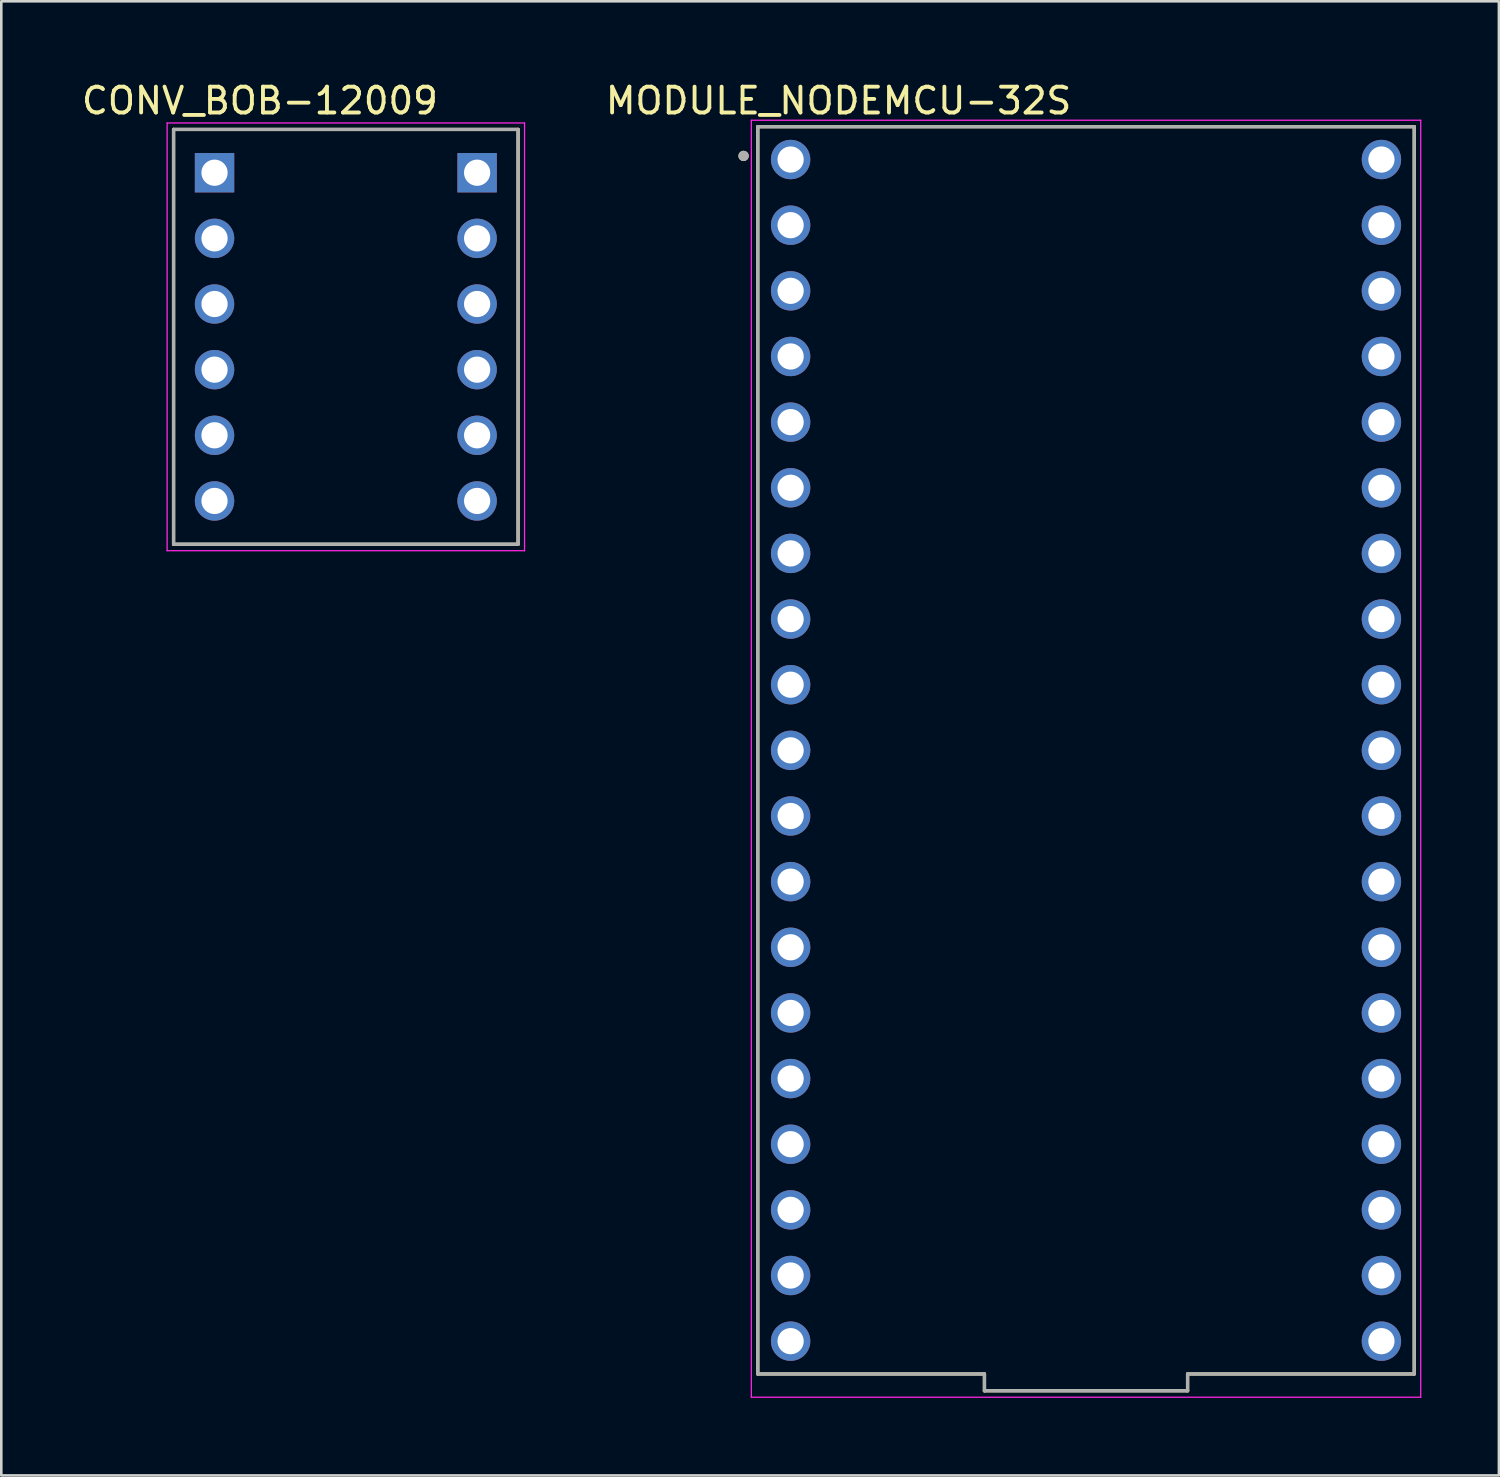
<source format=kicad_pcb>
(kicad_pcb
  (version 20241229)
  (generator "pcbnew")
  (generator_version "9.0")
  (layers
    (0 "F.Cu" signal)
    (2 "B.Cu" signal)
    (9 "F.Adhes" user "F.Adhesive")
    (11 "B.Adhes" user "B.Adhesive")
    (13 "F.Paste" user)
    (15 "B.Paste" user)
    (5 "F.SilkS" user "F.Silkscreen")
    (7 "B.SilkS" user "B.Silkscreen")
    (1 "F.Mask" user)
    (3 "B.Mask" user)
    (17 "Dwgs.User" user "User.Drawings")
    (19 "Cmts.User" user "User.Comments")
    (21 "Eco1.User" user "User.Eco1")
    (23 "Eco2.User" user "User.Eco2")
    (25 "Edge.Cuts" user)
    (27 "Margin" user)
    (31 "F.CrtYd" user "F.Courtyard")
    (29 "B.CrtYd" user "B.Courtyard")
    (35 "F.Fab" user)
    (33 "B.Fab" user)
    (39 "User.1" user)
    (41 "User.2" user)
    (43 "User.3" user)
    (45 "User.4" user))
  (footprint "CONV_BOB-12009"
    (layer "F.Cu")
    (at 10.331 9.983)
    (property "Reference" "CONV_BOB-12009" (at -3.325 -9.135 0) (layer "F.SilkS") (effects (font (size 1 1) (thickness 0.15))))
    (attr through_hole)
    (fp_line (start -6.665 -8.025) (end 6.665 -8.025) (stroke (width 0.127) (type solid)) (layer "F.SilkS"))
    (fp_line (start -6.665 8.025) (end -6.665 -8.025) (stroke (width 0.127) (type solid)) (layer "F.SilkS"))
    (fp_line (start 6.665 -8.025) (end 6.665 8.025) (stroke (width 0.127) (type solid)) (layer "F.SilkS"))
    (fp_line (start 6.665 8.025) (end -6.665 8.025) (stroke (width 0.127) (type solid)) (layer "F.SilkS"))
    (fp_line (start -6.915 -8.275) (end -6.915 8.275) (stroke (width 0.05) (type solid)) (layer "F.CrtYd"))
    (fp_line (start -6.915 8.275) (end 6.915 8.275) (stroke (width 0.05) (type solid)) (layer "F.CrtYd"))
    (fp_line (start 6.915 -8.275) (end -6.915 -8.275) (stroke (width 0.05) (type solid)) (layer "F.CrtYd"))
    (fp_line (start 6.915 8.275) (end 6.915 -8.275) (stroke (width 0.05) (type solid)) (layer "F.CrtYd"))
    (fp_line (start -6.665 -8.025) (end 6.665 -8.025) (stroke (width 0.127) (type solid)) (layer "F.Fab"))
    (fp_line (start -6.665 8.025) (end -6.665 -8.025) (stroke (width 0.127) (type solid)) (layer "F.Fab"))
    (fp_line (start 6.665 -8.025) (end 6.665 8.025) (stroke (width 0.127) (type solid)) (layer "F.Fab"))
    (fp_line (start 6.665 8.025) (end -6.665 8.025) (stroke (width 0.127) (type solid)) (layer "F.Fab"))
    (pad "GND_1" thru_hole circle (at 5.08 1.27) (size 1.524 1.524) (drill 1.016) (layers "*.Cu" "*.Mask"))
    (pad "GND_2" thru_hole circle (at -5.08 1.27) (size 1.524 1.524) (drill 1.016) (layers "*.Cu" "*.Mask"))
    (pad "HV" thru_hole circle (at 5.08 -1.27) (size 1.524 1.524) (drill 1.016) (layers "*.Cu" "*.Mask"))
    (pad "HV1" thru_hole rect (at 5.08 -6.35) (size 1.524 1.524) (drill 1.016) (layers "*.Cu" "*.Mask"))
    (pad "HV2" thru_hole circle (at 5.08 -3.81) (size 1.524 1.524) (drill 1.016) (layers "*.Cu" "*.Mask"))
    (pad "HV3" thru_hole circle (at 5.08 3.81) (size 1.524 1.524) (drill 1.016) (layers "*.Cu" "*.Mask"))
    (pad "HV4" thru_hole circle (at 5.08 6.35) (size 1.524 1.524) (drill 1.016) (layers "*.Cu" "*.Mask"))
    (pad "LV" thru_hole circle (at -5.08 -1.27) (size 1.524 1.524) (drill 1.016) (layers "*.Cu" "*.Mask"))
    (pad "LV1" thru_hole rect (at -5.08 -6.35) (size 1.524 1.524) (drill 1.016) (layers "*.Cu" "*.Mask"))
    (pad "LV2" thru_hole circle (at -5.08 -3.81) (size 1.524 1.524) (drill 1.016) (layers "*.Cu" "*.Mask"))
    (pad "LV3" thru_hole circle (at -5.08 3.81) (size 1.524 1.524) (drill 1.016) (layers "*.Cu" "*.Mask"))
    (pad "LV4" thru_hole circle (at -5.08 6.35) (size 1.524 1.524) (drill 1.016) (layers "*.Cu" "*.Mask")))
  (footprint "MODULE_NODEMCU-32S"
    (layer "F.Cu")
    (at 38.971 25.983)
    (property "Reference" "MODULE_NODEMCU-32S" (at -9.575 -25.135 0) (layer "F.SilkS") (effects (font (size 1 1) (thickness 0.15))))
    (attr through_hole)
    (fp_line (start -12.7 -24.13) (end 12.7 -24.13) (stroke (width 0.127) (type solid)) (layer "F.SilkS"))
    (fp_line (start -12.7 24.13) (end -12.7 -24.13) (stroke (width 0.127) (type solid)) (layer "F.SilkS"))
    (fp_line (start -3.93 24.13) (end -12.7 24.13) (stroke (width 0.127) (type solid)) (layer "F.SilkS"))
    (fp_line (start -3.93 24.13) (end -3.93 24.78) (stroke (width 0.127) (type solid)) (layer "F.SilkS"))
    (fp_line (start -3.93 24.78) (end 3.93 24.78) (stroke (width 0.127) (type solid)) (layer "F.SilkS"))
    (fp_line (start 3.93 24.78) (end 3.93 24.13) (stroke (width 0.127) (type solid)) (layer "F.SilkS"))
    (fp_line (start 12.7 -24.13) (end 12.7 24.13) (stroke (width 0.127) (type solid)) (layer "F.SilkS"))
    (fp_line (start 12.7 24.13) (end 3.93 24.13) (stroke (width 0.127) (type solid)) (layer "F.SilkS"))
    (fp_circle (center -13.25 -23) (end -13.15 -23) (stroke (width 0.2) (type solid)) (fill no) (layer "F.SilkS"))
    (fp_line (start -12.95 -24.38) (end -12.95 25.03) (stroke (width 0.05) (type solid)) (layer "F.CrtYd"))
    (fp_line (start -12.95 25.03) (end 12.95 25.03) (stroke (width 0.05) (type solid)) (layer "F.CrtYd"))
    (fp_line (start 12.95 -24.38) (end -12.95 -24.38) (stroke (width 0.05) (type solid)) (layer "F.CrtYd"))
    (fp_line (start 12.95 25.03) (end 12.95 -24.38) (stroke (width 0.05) (type solid)) (layer "F.CrtYd"))
    (fp_line (start -12.7 -24.13) (end 12.7 -24.13) (stroke (width 0.127) (type solid)) (layer "F.Fab"))
    (fp_line (start -12.7 24.13) (end -12.7 -24.13) (stroke (width 0.127) (type solid)) (layer "F.Fab"))
    (fp_line (start -3.93 24.13) (end -12.7 24.13) (stroke (width 0.127) (type solid)) (layer "F.Fab"))
    (fp_line (start -3.93 24.13) (end -3.93 24.78) (stroke (width 0.127) (type solid)) (layer "F.Fab"))
    (fp_line (start -3.93 24.78) (end 3.93 24.78) (stroke (width 0.127) (type solid)) (layer "F.Fab"))
    (fp_line (start 3.93 24.78) (end 3.93 24.13) (stroke (width 0.127) (type solid)) (layer "F.Fab"))
    (fp_line (start 12.7 -24.13) (end 12.7 24.13) (stroke (width 0.127) (type solid)) (layer "F.Fab"))
    (fp_line (start 12.7 24.13) (end 3.93 24.13) (stroke (width 0.127) (type solid)) (layer "F.Fab"))
    (fp_circle (center -13.25 -23) (end -13.15 -23) (stroke (width 0.2) (type solid)) (fill no) (layer "F.Fab"))
    (pad "J1_1" thru_hole circle (at -11.43 -22.86) (size 1.524 1.524) (drill 1.016) (layers "*.Cu" "*.Mask"))
    (pad "J1_2" thru_hole circle (at -11.43 -20.32) (size 1.524 1.524) (drill 1.016) (layers "*.Cu" "*.Mask"))
    (pad "J1_3" thru_hole circle (at -11.43 -17.78) (size 1.524 1.524) (drill 1.016) (layers "*.Cu" "*.Mask"))
    (pad "J1_4" thru_hole circle (at -11.43 -15.24) (size 1.524 1.524) (drill 1.016) (layers "*.Cu" "*.Mask"))
    (pad "J1_5" thru_hole circle (at -11.43 -12.7) (size 1.524 1.524) (drill 1.016) (layers "*.Cu" "*.Mask"))
    (pad "J1_6" thru_hole circle (at -11.43 -10.16) (size 1.524 1.524) (drill 1.016) (layers "*.Cu" "*.Mask"))
    (pad "J1_7" thru_hole circle (at -11.43 -7.62) (size 1.524 1.524) (drill 1.016) (layers "*.Cu" "*.Mask"))
    (pad "J1_8" thru_hole circle (at -11.43 -5.08) (size 1.524 1.524) (drill 1.016) (layers "*.Cu" "*.Mask"))
    (pad "J1_9" thru_hole circle (at -11.43 -2.54) (size 1.524 1.524) (drill 1.016) (layers "*.Cu" "*.Mask"))
    (pad "J1_10" thru_hole circle (at -11.43 0) (size 1.524 1.524) (drill 1.016) (layers "*.Cu" "*.Mask"))
    (pad "J1_11" thru_hole circle (at -11.43 2.54) (size 1.524 1.524) (drill 1.016) (layers "*.Cu" "*.Mask"))
    (pad "J1_12" thru_hole circle (at -11.43 5.08) (size 1.524 1.524) (drill 1.016) (layers "*.Cu" "*.Mask"))
    (pad "J1_13" thru_hole circle (at -11.43 7.62) (size 1.524 1.524) (drill 1.016) (layers "*.Cu" "*.Mask"))
    (pad "J1_14" thru_hole circle (at -11.43 10.16) (size 1.524 1.524) (drill 1.016) (layers "*.Cu" "*.Mask"))
    (pad "J1_15" thru_hole circle (at -11.43 12.7) (size 1.524 1.524) (drill 1.016) (layers "*.Cu" "*.Mask"))
    (pad "J1_16" thru_hole circle (at -11.43 15.24) (size 1.524 1.524) (drill 1.016) (layers "*.Cu" "*.Mask"))
    (pad "J1_17" thru_hole circle (at -11.43 17.78) (size 1.524 1.524) (drill 1.016) (layers "*.Cu" "*.Mask"))
    (pad "J1_18" thru_hole circle (at -11.43 20.32) (size 1.524 1.524) (drill 1.016) (layers "*.Cu" "*.Mask"))
    (pad "J1_19" thru_hole circle (at -11.43 22.86) (size 1.524 1.524) (drill 1.016) (layers "*.Cu" "*.Mask"))
    (pad "J2_1" thru_hole circle (at 11.43 -22.86) (size 1.524 1.524) (drill 1.016) (layers "*.Cu" "*.Mask"))
    (pad "J2_2" thru_hole circle (at 11.43 -20.32) (size 1.524 1.524) (drill 1.016) (layers "*.Cu" "*.Mask"))
    (pad "J2_3" thru_hole circle (at 11.43 -17.78) (size 1.524 1.524) (drill 1.016) (layers "*.Cu" "*.Mask"))
    (pad "J2_4" thru_hole circle (at 11.43 -15.24) (size 1.524 1.524) (drill 1.016) (layers "*.Cu" "*.Mask"))
    (pad "J2_5" thru_hole circle (at 11.43 -12.7) (size 1.524 1.524) (drill 1.016) (layers "*.Cu" "*.Mask"))
    (pad "J2_6" thru_hole circle (at 11.43 -10.16) (size 1.524 1.524) (drill 1.016) (layers "*.Cu" "*.Mask"))
    (pad "J2_7" thru_hole circle (at 11.43 -7.62) (size 1.524 1.524) (drill 1.016) (layers "*.Cu" "*.Mask"))
    (pad "J2_8" thru_hole circle (at 11.43 -5.08) (size 1.524 1.524) (drill 1.016) (layers "*.Cu" "*.Mask"))
    (pad "J2_9" thru_hole circle (at 11.43 -2.54) (size 1.524 1.524) (drill 1.016) (layers "*.Cu" "*.Mask"))
    (pad "J2_10" thru_hole circle (at 11.43 0) (size 1.524 1.524) (drill 1.016) (layers "*.Cu" "*.Mask"))
    (pad "J2_11" thru_hole circle (at 11.43 2.54) (size 1.524 1.524) (drill 1.016) (layers "*.Cu" "*.Mask"))
    (pad "J2_12" thru_hole circle (at 11.43 5.08) (size 1.524 1.524) (drill 1.016) (layers "*.Cu" "*.Mask"))
    (pad "J2_13" thru_hole circle (at 11.43 7.62) (size 1.524 1.524) (drill 1.016) (layers "*.Cu" "*.Mask"))
    (pad "J2_14" thru_hole circle (at 11.43 10.16) (size 1.524 1.524) (drill 1.016) (layers "*.Cu" "*.Mask"))
    (pad "J2_15" thru_hole circle (at 11.43 12.7) (size 1.524 1.524) (drill 1.016) (layers "*.Cu" "*.Mask"))
    (pad "J2_16" thru_hole circle (at 11.43 15.24) (size 1.524 1.524) (drill 1.016) (layers "*.Cu" "*.Mask"))
    (pad "J2_17" thru_hole circle (at 11.43 17.78) (size 1.524 1.524) (drill 1.016) (layers "*.Cu" "*.Mask"))
    (pad "J2_18" thru_hole circle (at 11.43 20.32) (size 1.524 1.524) (drill 1.016) (layers "*.Cu" "*.Mask"))
    (pad "J2_19" thru_hole circle (at 11.43 22.86) (size 1.524 1.524) (drill 1.016) (layers "*.Cu" "*.Mask")))
  (gr_rect
    (start -3 -3)
    (end 54.946 54.038)
    (stroke (width 0.1) (type default))
    (fill no)
    (layer "Edge.Cuts")))
</source>
